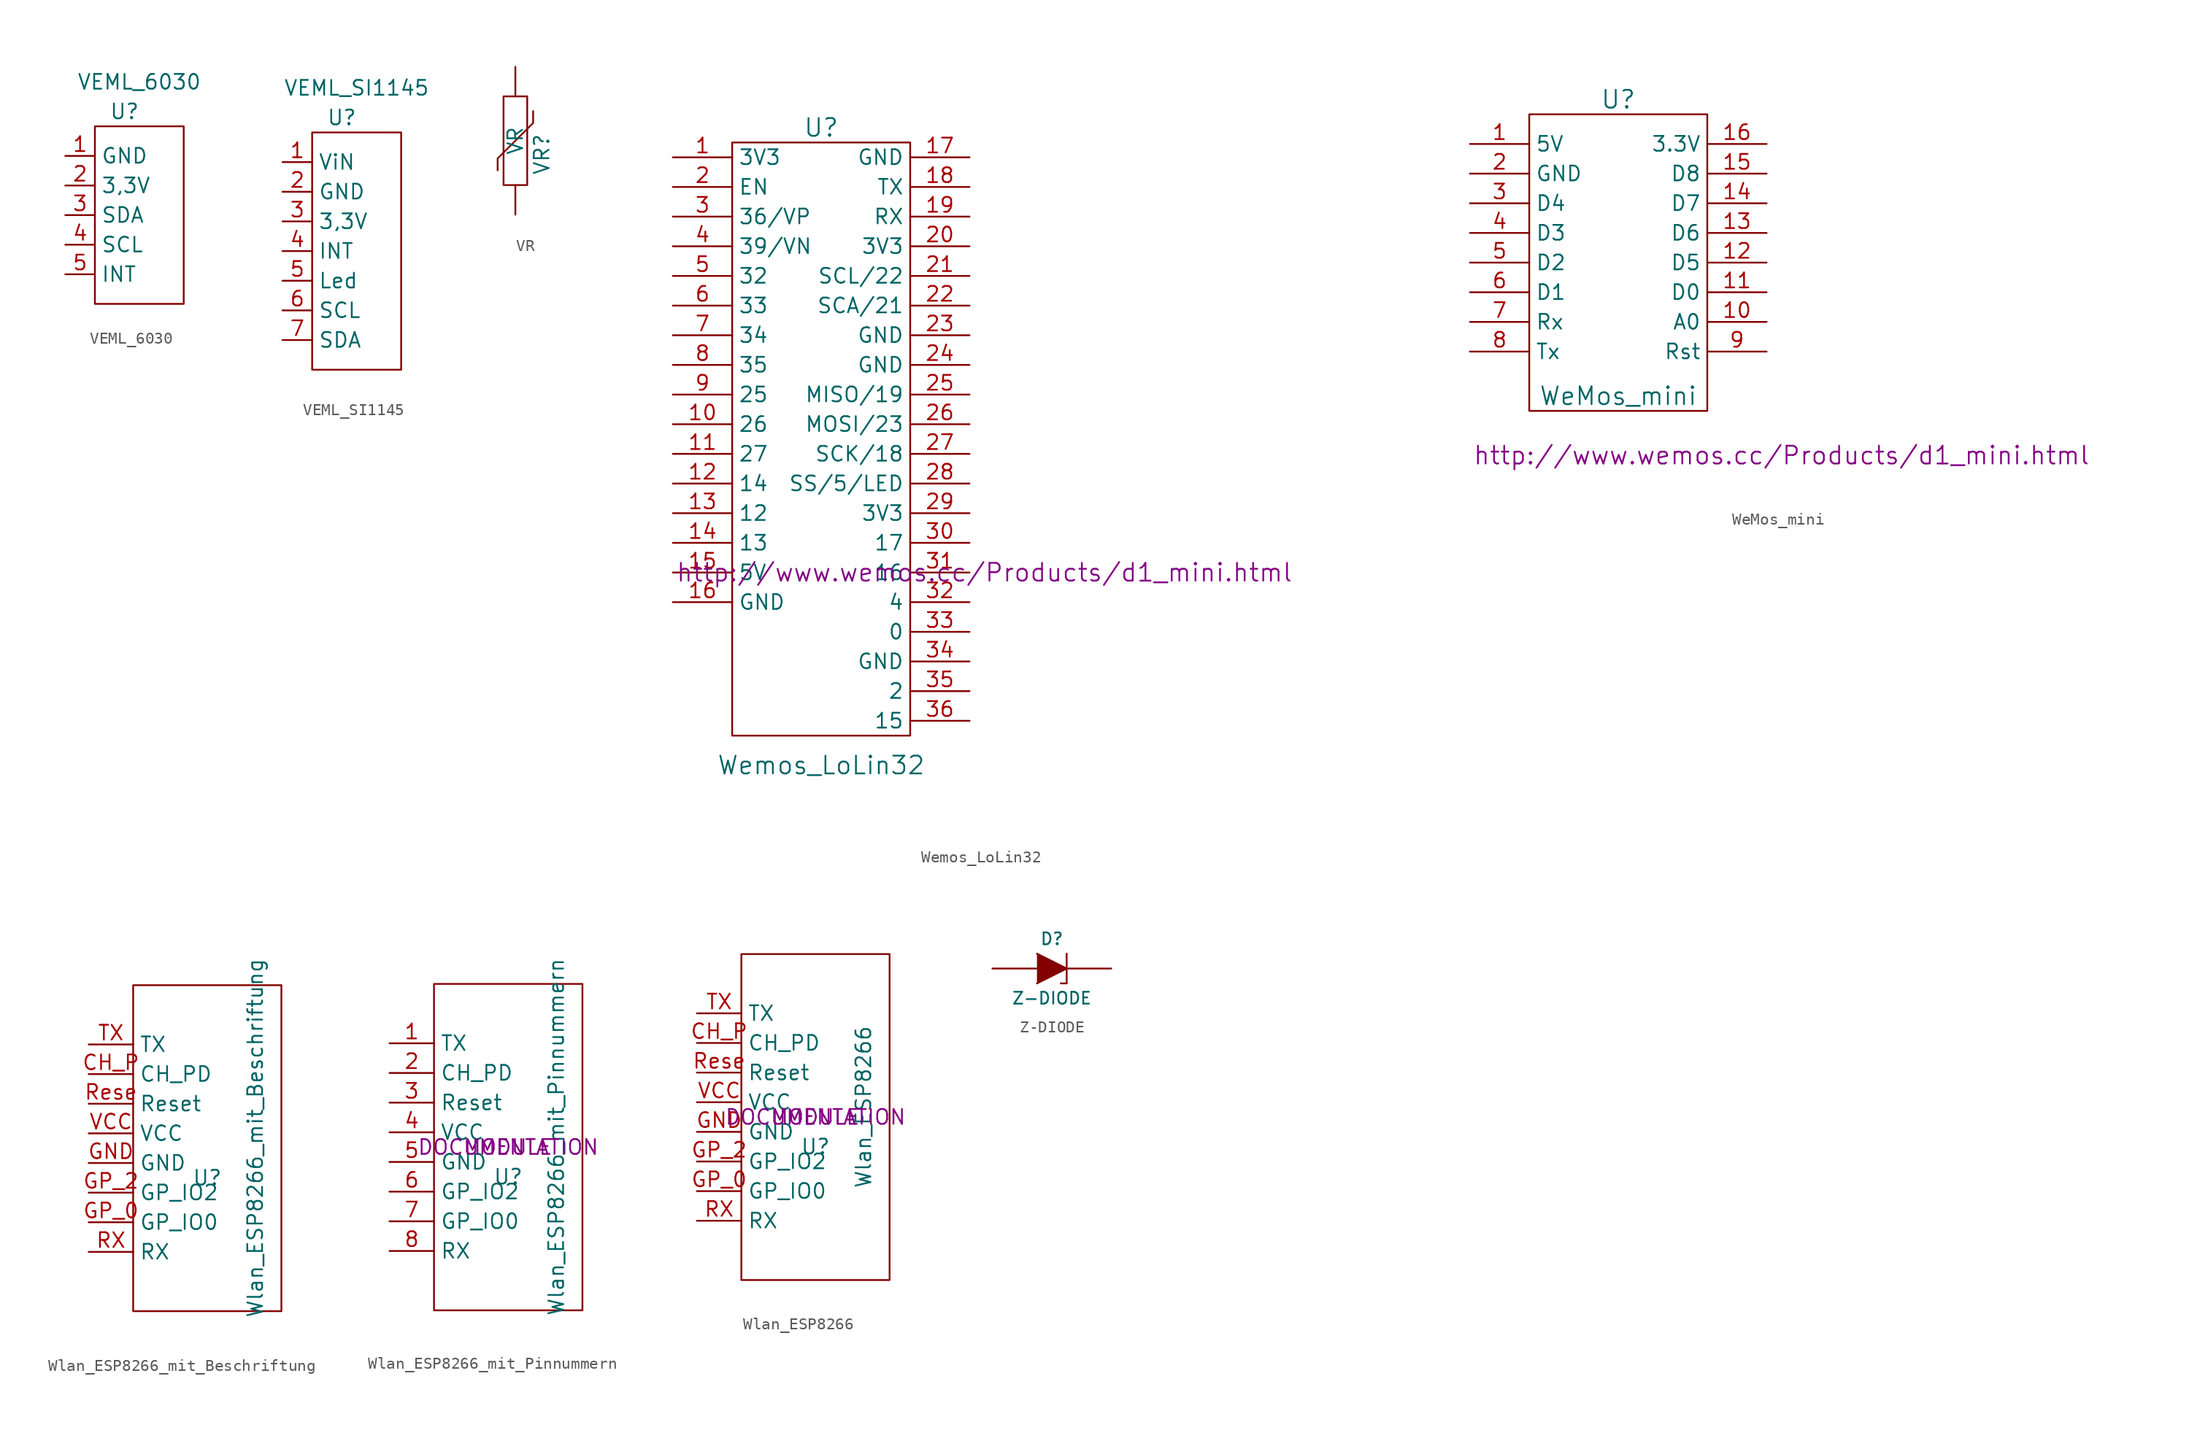
<source format=kicad_sym>
(kicad_symbol_lib
  (version 20220102)
  (generator kicad_symbol_editor)
  (symbol "VEML_6030"
    (property "Reference" "U"
      (at -1.27 8.89 0)
      (effects (font (size 1.27 1.27))))
    (property "Value" "VEML_6030"
      (at 0 11.43 0)
      (effects (font (size 1.27 1.27))))
    (symbol "VEML_6030_0_1"
      (rectangle (start -3.81 7.62) (end 3.81 -7.62) (stroke (width 0) (type default)) (fill (type none))))
    (symbol "VEML_6030_1_1"
      (pin input line (at -6.35 5.08 0) (length 2.54) (name "GND" (effects (font (size 1.27 1.27)))) (number "1" (effects (font (size 1.27 1.27)))))
      (pin input line (at -6.35 2.54 0) (length 2.54) (name "3,3V" (effects (font (size 1.27 1.27)))) (number "2" (effects (font (size 1.27 1.27)))))
      (pin input line (at -6.35 0 0) (length 2.54) (name "SDA" (effects (font (size 1.27 1.27)))) (number "3" (effects (font (size 1.27 1.27)))))
      (pin input line (at -6.35 -2.54 0) (length 2.54) (name "SCL" (effects (font (size 1.27 1.27)))) (number "4" (effects (font (size 1.27 1.27)))))
      (pin input line (at -6.35 -5.08 0) (length 2.54) (name "INT" (effects (font (size 1.27 1.27)))) (number "5" (effects (font (size 1.27 1.27)))))))
  (symbol "VEML_SI1145"
    (property "Reference" "U"
      (at -1.27 11.43 0)
      (effects (font (size 1.27 1.27))))
    (property "Value" "VEML_SI1145"
      (at 0 13.97 0)
      (effects (font (size 1.27 1.27))))
    (symbol "VEML_SI1145_0_1"
      (rectangle (start -3.81 10.16) (end 3.81 -10.16) (stroke (width 0) (type default)) (fill (type none))))
    (symbol "VEML_SI1145_1_1"
      (pin input line (at -6.35 7.62 0) (length 2.54) (name "ViN" (effects (font (size 1.27 1.27)))) (number "1" (effects (font (size 1.27 1.27)))))
      (pin input line (at -6.35 5.08 0) (length 2.54) (name "GND" (effects (font (size 1.27 1.27)))) (number "2" (effects (font (size 1.27 1.27)))))
      (pin input line (at -6.35 2.54 0) (length 2.54) (name "3,3V" (effects (font (size 1.27 1.27)))) (number "3" (effects (font (size 1.27 1.27)))))
      (pin input line (at -6.35 0 0) (length 2.54) (name "INT" (effects (font (size 1.27 1.27)))) (number "4" (effects (font (size 1.27 1.27)))))
      (pin input line (at -6.35 -2.54 0) (length 2.54) (name "Led" (effects (font (size 1.27 1.27)))) (number "5" (effects (font (size 1.27 1.27)))))
      (pin input line (at -6.35 -5.08 0) (length 2.54) (name "SCL" (effects (font (size 1.27 1.27)))) (number "6" (effects (font (size 1.27 1.27)))))
      (pin input line (at -6.35 -7.62 0) (length 2.54) (name "SDA" (effects (font (size 1.27 1.27)))) (number "7" (effects (font (size 1.27 1.27)))))))
  (symbol "VR"
    (pin_numbers hide)
    (pin_names
      (offset 0))
    (property "Reference" "VR"
      (at 1.524 -1.168 90)
      (effects (font (size 1.27 1.27)) (justify top)))
    (property "Value" "VR"
      (at 0 0 90)
      (effects (font (size 1.27 1.27))))
    (property "Footprint" ""
      (at 0 0 0)
      (effects (font (size 1.27 1.27))))
    (property "Datasheet" ""
      (at 0 0 0)
      (effects (font (size 1.27 1.27))))
    (symbol "VR_0_1"
      (rectangle (start -1.016 3.81) (end 1.016 -3.81) (stroke (width 0) (type default)) (fill (type none)))
      (polyline (pts (xy -1.524 -2.54) (xy -1.524 -1.524) (xy 1.524 1.524) (xy 1.524 2.54) (xy 1.524 2.54)) (stroke (width 0) (type default)) (fill (type none))))
    (symbol "VR_1_1"
      (pin passive line (at 0 6.35 270) (length 2.54) (name "~" (effects (font (size 1.27 1.27)))) (number "1" (effects (font (size 1.27 1.27)))))
      (pin passive line (at 0 -6.35 90) (length 2.54) (name "~" (effects (font (size 1.27 1.27)))) (number "2" (effects (font (size 1.27 1.27)))))))
  (symbol "Wemos_LoLin32"
    (property "Reference" "U"
      (at 0 26.67 0)
      (effects (font (size 1.524 1.524))))
    (property "Value" "Wemos_LoLin32"
      (at 0 -27.94 0)
      (effects (font (size 1.524 1.524))))
    (property "Footprint" ""
      (at 13.97 -11.43 0)
      (effects (font (size 1.524 1.524))))
    (property "Datasheet" "http://www.wemos.cc/Products/d1_mini.html"
      (at 13.97 -11.43 0)
      (effects (font (size 1.524 1.524))))
    (symbol "Wemos_LoLin32_0_1"
      (rectangle (start -7.62 25.4) (end 7.62 -25.4) (stroke (width 0) (type default)) (fill (type none))))
    (symbol "Wemos_LoLin32_1_1"
      (pin power_out line (at -12.7 24.13 0) (length 5.08) (name "3V3" (effects (font (size 1.27 1.27)))) (number "1" (effects (font (size 1.27 1.27)))))
      (pin bidirectional line (at -12.7 1.27 0) (length 5.08) (name "26" (effects (font (size 1.27 1.27)))) (number "10" (effects (font (size 1.27 1.27)))))
      (pin bidirectional line (at -12.7 -1.27 0) (length 5.08) (name "27" (effects (font (size 1.27 1.27)))) (number "11" (effects (font (size 1.27 1.27)))))
      (pin bidirectional line (at -12.7 -3.81 0) (length 5.08) (name "14" (effects (font (size 1.27 1.27)))) (number "12" (effects (font (size 1.27 1.27)))))
      (pin bidirectional line (at -12.7 -6.35 0) (length 5.08) (name "12" (effects (font (size 1.27 1.27)))) (number "13" (effects (font (size 1.27 1.27)))))
      (pin bidirectional line (at -12.7 -8.89 0) (length 5.08) (name "13" (effects (font (size 1.27 1.27)))) (number "14" (effects (font (size 1.27 1.27)))))
      (pin power_in line (at -12.7 -11.43 0) (length 5.08) (name "5V" (effects (font (size 1.27 1.27)))) (number "15" (effects (font (size 1.27 1.27)))))
      (pin power_in line (at -12.7 -13.97 0) (length 5.08) (name "GND" (effects (font (size 1.27 1.27)))) (number "16" (effects (font (size 1.27 1.27)))))
      (pin power_in line (at 12.7 24.13 180) (length 5.08) (name "GND" (effects (font (size 1.27 1.27)))) (number "17" (effects (font (size 1.27 1.27)))))
      (pin output line (at 12.7 21.59 180) (length 5.08) (name "TX" (effects (font (size 1.27 1.27)))) (number "18" (effects (font (size 1.27 1.27)))))
      (pin input line (at 12.7 19.05 180) (length 5.08) (name "RX" (effects (font (size 1.27 1.27)))) (number "19" (effects (font (size 1.27 1.27)))))
      (pin bidirectional line (at -12.7 21.59 0) (length 5.08) (name "EN" (effects (font (size 1.27 1.27)))) (number "2" (effects (font (size 1.27 1.27)))))
      (pin power_out line (at 12.7 16.51 180) (length 5.08) (name "3V3" (effects (font (size 1.27 1.27)))) (number "20" (effects (font (size 1.27 1.27)))))
      (pin bidirectional line (at 12.7 13.97 180) (length 5.08) (name "SCL/22" (effects (font (size 1.27 1.27)))) (number "21" (effects (font (size 1.27 1.27)))))
      (pin bidirectional line (at 12.7 11.43 180) (length 5.08) (name "SCA/21" (effects (font (size 1.27 1.27)))) (number "22" (effects (font (size 1.27 1.27)))))
      (pin power_in line (at 12.7 8.89 180) (length 5.08) (name "GND" (effects (font (size 1.27 1.27)))) (number "23" (effects (font (size 1.27 1.27)))))
      (pin power_in line (at 12.7 6.35 180) (length 5.08) (name "GND" (effects (font (size 1.27 1.27)))) (number "24" (effects (font (size 1.27 1.27)))))
      (pin bidirectional line (at 12.7 3.81 180) (length 5.08) (name "MISO/19" (effects (font (size 1.27 1.27)))) (number "25" (effects (font (size 1.27 1.27)))))
      (pin bidirectional line (at 12.7 1.27 180) (length 5.08) (name "MOSI/23" (effects (font (size 1.27 1.27)))) (number "26" (effects (font (size 1.27 1.27)))))
      (pin bidirectional line (at 12.7 -1.27 180) (length 5.08) (name "SCK/18" (effects (font (size 1.27 1.27)))) (number "27" (effects (font (size 1.27 1.27)))))
      (pin bidirectional line (at 12.7 -3.81 180) (length 5.08) (name "SS/5/LED" (effects (font (size 1.27 1.27)))) (number "28" (effects (font (size 1.27 1.27)))))
      (pin power_out line (at 12.7 -6.35 180) (length 5.08) (name "3V3" (effects (font (size 1.27 1.27)))) (number "29" (effects (font (size 1.27 1.27)))))
      (pin bidirectional line (at -12.7 19.05 0) (length 5.08) (name "36/VP" (effects (font (size 1.27 1.27)))) (number "3" (effects (font (size 1.27 1.27)))))
      (pin bidirectional line (at 12.7 -8.89 180) (length 5.08) (name "17" (effects (font (size 1.27 1.27)))) (number "30" (effects (font (size 1.27 1.27)))))
      (pin bidirectional line (at 12.7 -11.43 180) (length 5.08) (name "16" (effects (font (size 1.27 1.27)))) (number "31" (effects (font (size 1.27 1.27)))))
      (pin bidirectional line (at 12.7 -13.97 180) (length 5.08) (name "4" (effects (font (size 1.27 1.27)))) (number "32" (effects (font (size 1.27 1.27)))))
      (pin bidirectional line (at 12.7 -16.51 180) (length 5.08) (name "0" (effects (font (size 1.27 1.27)))) (number "33" (effects (font (size 1.27 1.27)))))
      (pin power_in line (at 12.7 -19.05 180) (length 5.08) (name "GND" (effects (font (size 1.27 1.27)))) (number "34" (effects (font (size 1.27 1.27)))))
      (pin bidirectional line (at 12.7 -21.59 180) (length 5.08) (name "2" (effects (font (size 1.27 1.27)))) (number "35" (effects (font (size 1.27 1.27)))))
      (pin bidirectional line (at 12.7 -24.13 180) (length 5.08) (name "15" (effects (font (size 1.27 1.27)))) (number "36" (effects (font (size 1.27 1.27)))))
      (pin bidirectional line (at -12.7 16.51 0) (length 5.08) (name "39/VN" (effects (font (size 1.27 1.27)))) (number "4" (effects (font (size 1.27 1.27)))))
      (pin bidirectional line (at -12.7 13.97 0) (length 5.08) (name "32" (effects (font (size 1.27 1.27)))) (number "5" (effects (font (size 1.27 1.27)))))
      (pin bidirectional line (at -12.7 11.43 0) (length 5.08) (name "33" (effects (font (size 1.27 1.27)))) (number "6" (effects (font (size 1.27 1.27)))))
      (pin bidirectional line (at -12.7 8.89 0) (length 5.08) (name "34" (effects (font (size 1.27 1.27)))) (number "7" (effects (font (size 1.27 1.27)))))
      (pin bidirectional line (at -12.7 6.35 0) (length 5.08) (name "35" (effects (font (size 1.27 1.27)))) (number "8" (effects (font (size 1.27 1.27)))))
      (pin bidirectional line (at -12.7 3.81 0) (length 5.08) (name "25" (effects (font (size 1.27 1.27)))) (number "9" (effects (font (size 1.27 1.27)))))))
  (symbol "WeMos_mini"
    (property "Reference" "U"
      (at 0 12.7 0)
      (effects (font (size 1.524 1.524))))
    (property "Value" "WeMos_mini"
      (at 0 -12.7 0)
      (effects (font (size 1.524 1.524))))
    (property "Footprint" ""
      (at 13.97 -17.78 0)
      (effects (font (size 1.524 1.524))))
    (property "Datasheet" "http://www.wemos.cc/Products/d1_mini.html"
      (at 13.97 -17.78 0)
      (effects (font (size 1.524 1.524))))
    (symbol "WeMos_mini_0_1"
      (rectangle (start -7.62 11.43) (end 7.62 -13.97) (stroke (width 0) (type default)) (fill (type none))))
    (symbol "WeMos_mini_1_1"
      (pin power_in line (at -12.7 8.89 0) (length 5.08) (name "5V" (effects (font (size 1.27 1.27)))) (number "1" (effects (font (size 1.27 1.27)))))
      (pin bidirectional line (at 12.7 -6.35 180) (length 5.08) (name "A0" (effects (font (size 1.27 1.27)))) (number "10" (effects (font (size 1.27 1.27)))))
      (pin bidirectional line (at 12.7 -3.81 180) (length 5.08) (name "D0" (effects (font (size 1.27 1.27)))) (number "11" (effects (font (size 1.27 1.27)))))
      (pin bidirectional line (at 12.7 -1.27 180) (length 5.08) (name "D5" (effects (font (size 1.27 1.27)))) (number "12" (effects (font (size 1.27 1.27)))))
      (pin bidirectional line (at 12.7 1.27 180) (length 5.08) (name "D6" (effects (font (size 1.27 1.27)))) (number "13" (effects (font (size 1.27 1.27)))))
      (pin bidirectional line (at 12.7 3.81 180) (length 5.08) (name "D7" (effects (font (size 1.27 1.27)))) (number "14" (effects (font (size 1.27 1.27)))))
      (pin bidirectional line (at 12.7 6.35 180) (length 5.08) (name "D8" (effects (font (size 1.27 1.27)))) (number "15" (effects (font (size 1.27 1.27)))))
      (pin power_out line (at 12.7 8.89 180) (length 5.08) (name "3.3V" (effects (font (size 1.27 1.27)))) (number "16" (effects (font (size 1.27 1.27)))))
      (pin power_in line (at -12.7 6.35 0) (length 5.08) (name "GND" (effects (font (size 1.27 1.27)))) (number "2" (effects (font (size 1.27 1.27)))))
      (pin bidirectional line (at -12.7 3.81 0) (length 5.08) (name "D4" (effects (font (size 1.27 1.27)))) (number "3" (effects (font (size 1.27 1.27)))))
      (pin bidirectional line (at -12.7 1.27 0) (length 5.08) (name "D3" (effects (font (size 1.27 1.27)))) (number "4" (effects (font (size 1.27 1.27)))))
      (pin bidirectional line (at -12.7 -1.27 0) (length 5.08) (name "D2" (effects (font (size 1.27 1.27)))) (number "5" (effects (font (size 1.27 1.27)))))
      (pin bidirectional line (at -12.7 -3.81 0) (length 5.08) (name "D1" (effects (font (size 1.27 1.27)))) (number "6" (effects (font (size 1.27 1.27)))))
      (pin bidirectional line (at -12.7 -6.35 0) (length 5.08) (name "Rx" (effects (font (size 1.27 1.27)))) (number "7" (effects (font (size 1.27 1.27)))))
      (pin bidirectional line (at -12.7 -8.89 0) (length 5.08) (name "Tx" (effects (font (size 1.27 1.27)))) (number "8" (effects (font (size 1.27 1.27)))))
      (pin bidirectional line (at 12.7 -8.89 180) (length 5.08) (name "Rst" (effects (font (size 1.27 1.27)))) (number "9" (effects (font (size 1.27 1.27)))))))
  (symbol "Wlan_ESP8266_mit_Beschriftung"
    (property "Reference" "U"
      (at 0 -2.54 0)
      (effects (font (size 1.27 1.27))))
    (property "Value" "Wlan_ESP8266_mit_Beschriftung"
      (at 4.115 0.864 90)
      (effects (font (size 1.27 1.27))))
    (symbol "Wlan_ESP8266_mit_Beschriftung_1_0"
      (rectangle (start -6.35 -13.97) (end 6.35 13.97) (stroke (width 0) (type default)) (fill (type none))))
    (symbol "Wlan_ESP8266_mit_Beschriftung_1_1"
      (pin input line (at -10.16 6.35 0) (length 3.81) (name "CH_PD" (effects (font (size 1.27 1.27)))) (number "CH_P" (effects (font (size 1.27 1.27)))))
      (pin input line (at -10.16 -1.27 0) (length 3.81) (name "GND" (effects (font (size 1.27 1.27)))) (number "GND" (effects (font (size 1.27 1.27)))))
      (pin input line (at -10.16 -6.35 0) (length 3.81) (name "GP_IO0" (effects (font (size 1.27 1.27)))) (number "GP_0" (effects (font (size 1.27 1.27)))))
      (pin input line (at -10.16 -3.81 0) (length 3.81) (name "GP_IO2" (effects (font (size 1.27 1.27)))) (number "GP_2" (effects (font (size 1.27 1.27)))))
      (pin input line (at -10.16 -8.89 0) (length 3.81) (name "RX" (effects (font (size 1.27 1.27)))) (number "RX" (effects (font (size 1.27 1.27)))))
      (pin input line (at -10.16 3.81 0) (length 3.81) (name "Reset" (effects (font (size 1.27 1.27)))) (number "Rese" (effects (font (size 1.27 1.27)))))
      (pin input line (at -10.16 8.89 0) (length 3.81) (name "TX" (effects (font (size 1.27 1.27)))) (number "TX" (effects (font (size 1.27 1.27)))))
      (pin input line (at -10.16 1.27 0) (length 3.81) (name "VCC" (effects (font (size 1.27 1.27)))) (number "VCC" (effects (font (size 1.27 1.27)))))))
  (symbol "Wlan_ESP8266_mit_Pinnummern"
    (property "Reference" "U"
      (at 0 -2.54 0)
      (effects (font (size 1.27 1.27))))
    (property "Value" "Wlan_ESP8266_mit_Pinnummern"
      (at 4.115 0.864 90)
      (effects (font (size 1.27 1.27))))
    (property "Footprint" "MODULE"
      (at 0 0 0)
      (effects (font (size 1.27 1.27))))
    (property "Datasheet" "DOCUMENTATION"
      (at 0 0 0)
      (effects (font (size 1.27 1.27))))
    (symbol "Wlan_ESP8266_mit_Pinnummern_1_0"
      (rectangle (start -6.35 -13.97) (end 6.35 13.97) (stroke (width 0) (type default)) (fill (type none))))
    (symbol "Wlan_ESP8266_mit_Pinnummern_1_1"
      (pin input line (at -10.16 8.89 0) (length 3.81) (name "TX" (effects (font (size 1.27 1.27)))) (number "1" (effects (font (size 1.27 1.27)))))
      (pin input line (at -10.16 6.35 0) (length 3.81) (name "CH_PD" (effects (font (size 1.27 1.27)))) (number "2" (effects (font (size 1.27 1.27)))))
      (pin input line (at -10.16 3.81 0) (length 3.81) (name "Reset" (effects (font (size 1.27 1.27)))) (number "3" (effects (font (size 1.27 1.27)))))
      (pin input line (at -10.16 1.27 0) (length 3.81) (name "VCC" (effects (font (size 1.27 1.27)))) (number "4" (effects (font (size 1.27 1.27)))))
      (pin input line (at -10.16 -1.27 0) (length 3.81) (name "GND" (effects (font (size 1.27 1.27)))) (number "5" (effects (font (size 1.27 1.27)))))
      (pin input line (at -10.16 -3.81 0) (length 3.81) (name "GP_IO2" (effects (font (size 1.27 1.27)))) (number "6" (effects (font (size 1.27 1.27)))))
      (pin input line (at -10.16 -6.35 0) (length 3.81) (name "GP_IO0" (effects (font (size 1.27 1.27)))) (number "7" (effects (font (size 1.27 1.27)))))
      (pin input line (at -10.16 -8.89 0) (length 3.81) (name "RX" (effects (font (size 1.27 1.27)))) (number "8" (effects (font (size 1.27 1.27)))))))
  (symbol "Wlan_ESP8266"
    (property "Reference" "U"
      (at 0 -2.54 0)
      (effects (font (size 1.27 1.27))))
    (property "Value" "Wlan_ESP8266"
      (at 4.115 0.864 90)
      (effects (font (size 1.27 1.27))))
    (property "Footprint" "MODULE"
      (at 0 0 0)
      (effects (font (size 1.27 1.27))))
    (property "Datasheet" "DOCUMENTATION"
      (at 0 0 0)
      (effects (font (size 1.27 1.27))))
    (symbol "Wlan_ESP8266_1_0"
      (rectangle (start -6.35 -13.97) (end 6.35 13.97) (stroke (width 0) (type default)) (fill (type none))))
    (symbol "Wlan_ESP8266_1_1"
      (pin input line (at -10.16 6.35 0) (length 3.81) (name "CH_PD" (effects (font (size 1.27 1.27)))) (number "CH_P" (effects (font (size 1.27 1.27)))))
      (pin input line (at -10.16 -1.27 0) (length 3.81) (name "GND" (effects (font (size 1.27 1.27)))) (number "GND" (effects (font (size 1.27 1.27)))))
      (pin input line (at -10.16 -6.35 0) (length 3.81) (name "GP_IO0" (effects (font (size 1.27 1.27)))) (number "GP_0" (effects (font (size 1.27 1.27)))))
      (pin input line (at -10.16 -3.81 0) (length 3.81) (name "GP_IO2" (effects (font (size 1.27 1.27)))) (number "GP_2" (effects (font (size 1.27 1.27)))))
      (pin input line (at -10.16 -8.89 0) (length 3.81) (name "RX" (effects (font (size 1.27 1.27)))) (number "RX" (effects (font (size 1.27 1.27)))))
      (pin input line (at -10.16 3.81 0) (length 3.81) (name "Reset" (effects (font (size 1.27 1.27)))) (number "Rese" (effects (font (size 1.27 1.27)))))
      (pin input line (at -10.16 8.89 0) (length 3.81) (name "TX" (effects (font (size 1.27 1.27)))) (number "TX" (effects (font (size 1.27 1.27)))))
      (pin input line (at -10.16 1.27 0) (length 3.81) (name "VCC" (effects (font (size 1.27 1.27)))) (number "VCC" (effects (font (size 1.27 1.27)))))))
  (symbol "Z-DIODE"
    (pin_numbers hide)
    (pin_names hide)
    (property "Reference" "D"
      (at 0 2.54 0)
      (effects (font (size 1.016 1.016))))
    (property "Value" "Z-DIODE"
      (at 0 -2.54 0)
      (effects (font (size 1.016 1.016))))
    (property "Footprint" ""
      (at 0 0 0)
      (effects (font (size 1.524 1.524))))
    (property "Datasheet" ""
      (at 0 0 0)
      (effects (font (size 1.524 1.524))))
    (symbol "Z-DIODE_0_1"
      (polyline (pts (xy 0.762 -1.27) (xy 1.27 -1.27)) (stroke (width 0) (type default)) (fill (type none)))
      (polyline (pts (xy 1.27 1.27) (xy 1.27 -1.27)) (stroke (width 0.152) (type default)) (fill (type none)))
      (polyline (pts (xy -1.27 1.27) (xy 1.27 0) (xy -1.27 -1.27)) (stroke (width 0) (type default)) (fill (type outline))))
    (symbol "Z-DIODE_1_1"
      (pin passive line (at -5.08 0 0) (length 3.81) (name "A" (effects (font (size 1.016 1.016)))) (number "1" (effects (font (size 1.016 1.016)))))
      (pin passive line (at 5.08 0 180) (length 3.81) (name "K" (effects (font (size 1.016 1.016)))) (number "2" (effects (font (size 1.016 1.016))))))))
</source>
